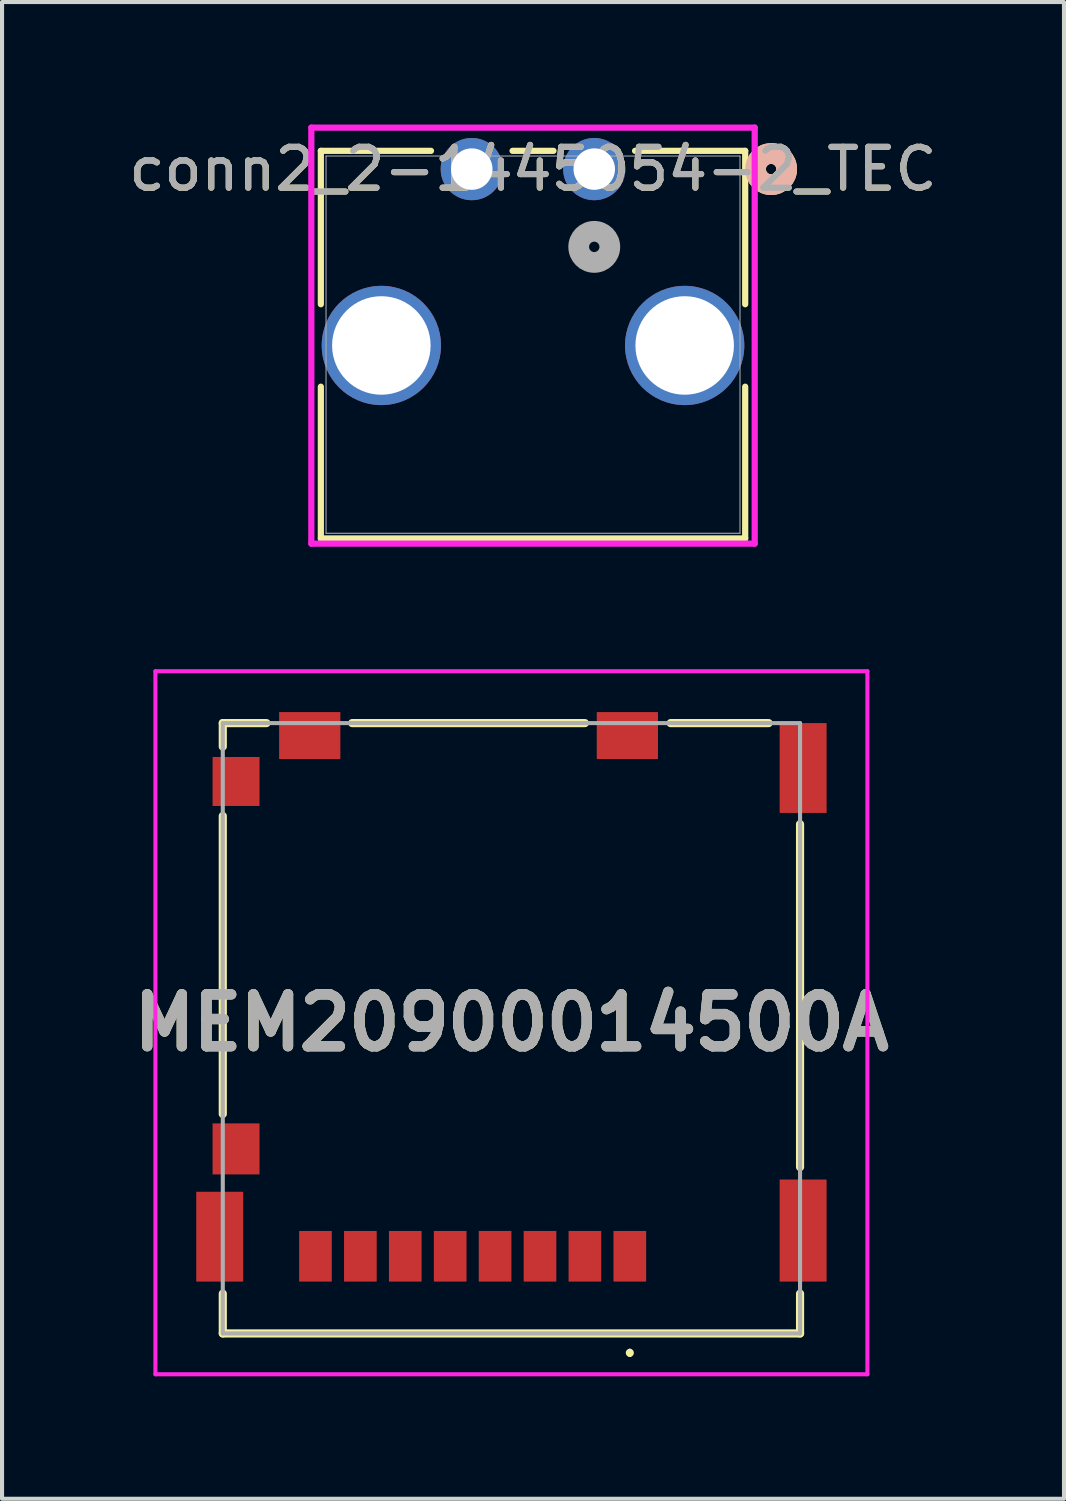
<source format=kicad_pcb>
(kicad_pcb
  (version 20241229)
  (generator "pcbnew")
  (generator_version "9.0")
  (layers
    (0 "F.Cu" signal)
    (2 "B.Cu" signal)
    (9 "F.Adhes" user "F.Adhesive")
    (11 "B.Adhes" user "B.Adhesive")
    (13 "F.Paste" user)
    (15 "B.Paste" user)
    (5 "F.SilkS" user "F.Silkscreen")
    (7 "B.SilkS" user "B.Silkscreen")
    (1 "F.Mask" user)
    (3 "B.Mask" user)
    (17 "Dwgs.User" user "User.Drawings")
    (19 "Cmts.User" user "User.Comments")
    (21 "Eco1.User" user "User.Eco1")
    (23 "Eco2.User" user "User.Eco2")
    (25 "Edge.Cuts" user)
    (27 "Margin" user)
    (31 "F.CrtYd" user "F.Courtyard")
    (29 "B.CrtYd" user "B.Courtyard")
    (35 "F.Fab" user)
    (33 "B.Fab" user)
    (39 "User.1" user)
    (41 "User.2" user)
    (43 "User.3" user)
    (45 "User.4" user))
  (footprint "conn2_2-1445054-2_TEC"
    (layer "F.Cu")
    (at 11.506 1.092)
    (property "Reference" "conn2_2-1445054-2_TEC" (at -1.5 0 0) (unlocked yes) (layer "F.SilkS") (effects (font (size 1 1) (thickness 0.15))))
    (attr through_hole)
    (fp_line (start -6.697 -0.447) (end -6.697 3.31) (stroke (width 0.152) (type solid)) (layer "F.SilkS"))
    (fp_line (start -6.697 5.33) (end -6.697 9.047) (stroke (width 0.152) (type solid)) (layer "F.SilkS"))
    (fp_line (start -6.697 9.047) (end 3.697 9.047) (stroke (width 0.152) (type solid)) (layer "F.SilkS"))
    (fp_line (start -3.999 -0.447) (end -6.697 -0.447) (stroke (width 0.152) (type solid)) (layer "F.SilkS"))
    (fp_line (start -0.999 -0.447) (end -2.001 -0.447) (stroke (width 0.152) (type solid)) (layer "F.SilkS"))
    (fp_line (start 3.697 -0.447) (end 0.999 -0.447) (stroke (width 0.152) (type solid)) (layer "F.SilkS"))
    (fp_line (start 3.697 3.31) (end 3.697 -0.447) (stroke (width 0.152) (type solid)) (layer "F.SilkS"))
    (fp_line (start 3.697 9.047) (end 3.697 5.33) (stroke (width 0.152) (type solid)) (layer "F.SilkS"))
    (fp_circle (center 4.332 0) (end 4.713 0) (stroke (width 0.508) (type solid)) (fill no) (layer "F.SilkS"))
    (fp_circle (center 4.332 0) (end 4.713 0) (stroke (width 0.508) (type solid)) (fill no) (layer "B.SilkS"))
    (fp_line (start -6.93 -1.016) (end -6.93 9.174) (stroke (width 0.152) (type solid)) (layer "F.CrtYd"))
    (fp_line (start -6.93 9.174) (end 3.93 9.174) (stroke (width 0.152) (type solid)) (layer "F.CrtYd"))
    (fp_line (start 3.93 -1.016) (end -6.93 -1.016) (stroke (width 0.152) (type solid)) (layer "F.CrtYd"))
    (fp_line (start 3.93 9.174) (end 3.93 -1.016) (stroke (width 0.152) (type solid)) (layer "F.CrtYd"))
    (fp_line (start -6.57 -0.32) (end -6.57 8.92) (stroke (width 0.025) (type solid)) (layer "F.Fab"))
    (fp_line (start -6.57 8.92) (end 3.57 8.92) (stroke (width 0.025) (type solid)) (layer "F.Fab"))
    (fp_line (start 3.57 -0.32) (end -6.57 -0.32) (stroke (width 0.025) (type solid)) (layer "F.Fab"))
    (fp_line (start 3.57 8.92) (end 3.57 -0.32) (stroke (width 0.025) (type solid)) (layer "F.Fab"))
    (fp_circle (center 0 1.905) (end 0.381 1.905) (stroke (width 0.508) (type solid)) (fill no) (layer "F.Fab"))
    (fp_text user "${REFERENCE}" (at -1.5 0 0) (unlocked yes) (layer "F.Fab") (effects (font (size 1 1) (thickness 0.15))))
    (pad "1" thru_hole circle (at 0 0) (size 1.524 1.524) (drill 1.016) (layers "*.Cu" "*.Mask"))
    (pad "2" thru_hole circle (at -3 0) (size 1.524 1.524) (drill 1.016) (layers "*.Cu" "*.Mask"))
    (pad "3" thru_hole circle (at -5.215 4.32) (size 2.921 2.921) (drill 2.413) (layers "*.Cu" "*.Mask"))
    (pad "4" thru_hole circle (at 2.215 4.32) (size 2.921 2.921) (drill 2.413) (layers "*.Cu" "*.Mask")))
  (footprint "MEM20900014500A"
    (layer "F.Cu")
    (at 9.477 22.137)
    (property "Reference" "MEM20900014500A" (at 0 -0.135 0) (layer "F.SilkS") (effects (font (size 1.27 1.27) (thickness 0.254))))
    (attr smd)
    (fp_line (start -7.07 -7.475) (end -7.07 -6.9) (stroke (width 0.2) (type solid)) (layer "F.SilkS"))
    (fp_line (start -7.07 -5.2) (end -7.07 2.1) (stroke (width 0.2) (type solid)) (layer "F.SilkS"))
    (fp_line (start -7.07 6.5) (end -7.07 7.475) (stroke (width 0.2) (type solid)) (layer "F.SilkS"))
    (fp_line (start -7.07 7.475) (end 7.07 7.475) (stroke (width 0.2) (type solid)) (layer "F.SilkS"))
    (fp_line (start -6 -7.475) (end -7.07 -7.475) (stroke (width 0.2) (type solid)) (layer "F.SilkS"))
    (fp_line (start 1.8 -7.475) (end -3.9 -7.475) (stroke (width 0.2) (type solid)) (layer "F.SilkS"))
    (fp_line (start 2.9 7.9) (end 2.9 7.9) (stroke (width 0.1) (type solid)) (layer "F.SilkS"))
    (fp_line (start 2.9 8) (end 2.9 8) (stroke (width 0.1) (type solid)) (layer "F.SilkS"))
    (fp_line (start 3.9 -7.475) (end 6.3 -7.475) (stroke (width 0.2) (type solid)) (layer "F.SilkS"))
    (fp_line (start 7.07 3.4) (end 7.07 -5) (stroke (width 0.2) (type solid)) (layer "F.SilkS"))
    (fp_line (start 7.07 7.475) (end 7.07 6.5) (stroke (width 0.2) (type solid)) (layer "F.SilkS"))
    (fp_arc (start 2.9 7.9) (mid 2.95 7.95) (end 2.9 8) (stroke (width 0.1) (type solid)) (layer "F.SilkS"))
    (fp_arc (start 2.9 8) (mid 2.85 7.95) (end 2.9 7.9) (stroke (width 0.1) (type solid)) (layer "F.SilkS"))
    (fp_line (start -8.72 -8.745) (end 8.72 -8.745) (stroke (width 0.1) (type solid)) (layer "F.CrtYd"))
    (fp_line (start -8.72 8.475) (end -8.72 -8.745) (stroke (width 0.1) (type solid)) (layer "F.CrtYd"))
    (fp_line (start 8.72 -8.745) (end 8.72 8.475) (stroke (width 0.1) (type solid)) (layer "F.CrtYd"))
    (fp_line (start 8.72 8.475) (end -8.72 8.475) (stroke (width 0.1) (type solid)) (layer "F.CrtYd"))
    (fp_line (start -7.07 -7.475) (end 7.07 -7.475) (stroke (width 0.1) (type solid)) (layer "F.Fab"))
    (fp_line (start -7.07 7.475) (end -7.07 -7.475) (stroke (width 0.1) (type solid)) (layer "F.Fab"))
    (fp_line (start 7.07 -7.475) (end 7.07 7.475) (stroke (width 0.1) (type solid)) (layer "F.Fab"))
    (fp_line (start 7.07 7.475) (end -7.07 7.475) (stroke (width 0.1) (type solid)) (layer "F.Fab"))
    (fp_text user "${REFERENCE}" (at 0 -0.135 0) (layer "F.Fab") (effects (font (size 1.27 1.27) (thickness 0.254))))
    (pad "1" smd rect (at 2.9 5.585) (size 0.8 1.24) (layers "F.Cu" "F.Mask" "F.Paste"))
    (pad "2" smd rect (at 1.8 5.585) (size 0.8 1.24) (layers "F.Cu" "F.Mask" "F.Paste"))
    (pad "3" smd rect (at 0.7 5.585) (size 0.8 1.24) (layers "F.Cu" "F.Mask" "F.Paste"))
    (pad "4" smd rect (at -0.4 5.585) (size 0.8 1.24) (layers "F.Cu" "F.Mask" "F.Paste"))
    (pad "5" smd rect (at -1.5 5.585) (size 0.8 1.24) (layers "F.Cu" "F.Mask" "F.Paste"))
    (pad "6" smd rect (at -2.6 5.585) (size 0.8 1.24) (layers "F.Cu" "F.Mask" "F.Paste"))
    (pad "7" smd rect (at -3.7 5.585) (size 0.8 1.24) (layers "F.Cu" "F.Mask" "F.Paste"))
    (pad "8" smd rect (at -4.8 5.585) (size 0.8 1.24) (layers "F.Cu" "F.Mask" "F.Paste"))
    (pad "9" smd rect (at -6.745 2.955) (size 1.15 1.25) (layers "F.Cu" "F.Mask" "F.Paste"))
    (pad "10" smd rect (at 7.145 4.955) (size 1.15 2.5) (layers "F.Cu" "F.Mask" "F.Paste"))
    (pad "11" smd rect (at -7.145 5.105) (size 1.15 2.2) (layers "F.Cu" "F.Mask" "F.Paste"))
    (pad "12" smd rect (at -6.745 -6.045) (size 1.15 1.2) (layers "F.Cu" "F.Mask" "F.Paste"))
    (pad "13" smd rect (at -4.94 -7.17 90) (size 1.15 1.5) (layers "F.Cu" "F.Mask" "F.Paste"))
    (pad "14" smd rect (at 2.84 -7.17 90) (size 1.15 1.5) (layers "F.Cu" "F.Mask" "F.Paste"))
    (pad "15" smd rect (at 7.145 -6.375) (size 1.15 2.2) (layers "F.Cu" "F.Mask" "F.Paste")))
  (gr_rect
    (start -3 -3)
    (end 23.012 33.662)
    (stroke (width 0.1) (type default))
    (fill no)
    (layer "Edge.Cuts")))
</source>
